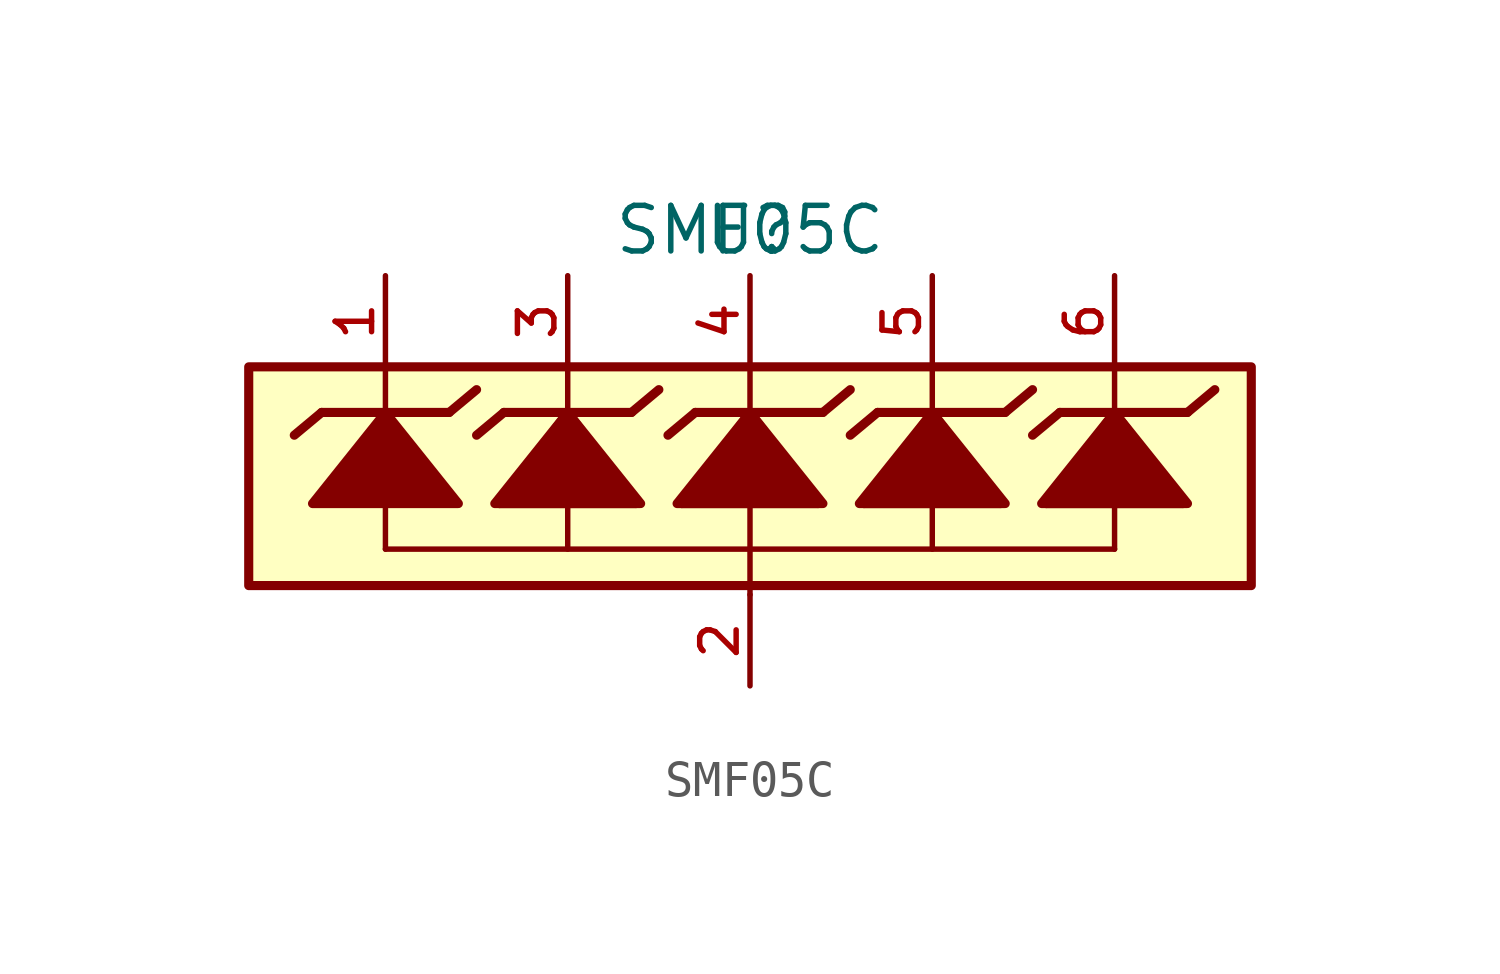
<source format=kicad_sym>
(kicad_symbol_lib
  (version 20231120)
  (generator "kicad_symbol_editor")
  (generator_version "8.0")
  (symbol "SMF05C"
    (property "Reference" "U"
      (at 0 1.27 0)
      (effects (font (size 1.27 1.27))))
    (property "Value" "SMF05C"
      (at 0 1.27 0)
      (effects (font (size 1.27 1.27))))
    (symbol "SMF05C_0_0"
      (rectangle (start -13.97 -2.54) (end 13.97 -8.636) (stroke (width 0.254) (type default)) (fill (type background)))
      (polyline (pts (xy -11.938 -3.81) (xy -12.7 -4.445)) (stroke (width 0.254) (type default)) (fill (type none)))
      (polyline (pts (xy -10.16 -6.35) (xy -10.16 -7.62)) (stroke (width 0.152) (type default)) (fill (type none)))
      (polyline (pts (xy -8.382 -3.81) (xy -7.62 -3.175)) (stroke (width 0.254) (type default)) (fill (type none)))
      (polyline (pts (xy -6.985 -6.35) (xy -3.175 -6.35)) (stroke (width 0.254) (type default)) (fill (type none)))
      (polyline (pts (xy -6.858 -3.81) (xy -7.62 -4.445)) (stroke (width 0.254) (type default)) (fill (type none)))
      (polyline (pts (xy -5.08 -6.35) (xy -5.08 -7.62)) (stroke (width 0.152) (type default)) (fill (type none)))
      (polyline (pts (xy -5.08 -3.81) (xy -6.985 -6.35)) (stroke (width 0.254) (type default)) (fill (type none)))
      (polyline (pts (xy -3.302 -3.81) (xy -2.54 -3.175)) (stroke (width 0.254) (type default)) (fill (type none)))
      (polyline (pts (xy -3.175 -6.35) (xy -5.08 -3.81)) (stroke (width 0.254) (type default)) (fill (type none)))
      (polyline (pts (xy -1.905 -6.35) (xy 1.905 -6.35)) (stroke (width 0.254) (type default)) (fill (type none)))
      (polyline (pts (xy -1.524 -3.81) (xy -2.286 -4.445)) (stroke (width 0.254) (type default)) (fill (type none)))
      (polyline (pts (xy 0 -6.35) (xy 0 -7.62)) (stroke (width 0.152) (type default)) (fill (type none)))
      (polyline (pts (xy 0 -3.81) (xy -1.905 -6.35)) (stroke (width 0.254) (type default)) (fill (type none)))
      (polyline (pts (xy 1.905 -6.35) (xy 0 -3.81)) (stroke (width 0.254) (type default)) (fill (type none)))
      (polyline (pts (xy 2.032 -3.81) (xy 2.794 -3.175)) (stroke (width 0.254) (type default)) (fill (type none)))
      (polyline (pts (xy 3.175 -6.35) (xy 6.985 -6.35)) (stroke (width 0.254) (type default)) (fill (type none)))
      (polyline (pts (xy 3.556 -3.81) (xy 2.794 -4.445)) (stroke (width 0.254) (type default)) (fill (type none)))
      (polyline (pts (xy 5.08 -6.35) (xy 5.08 -7.62)) (stroke (width 0.152) (type default)) (fill (type none)))
      (polyline (pts (xy 5.08 -3.81) (xy 3.175 -6.35)) (stroke (width 0.254) (type default)) (fill (type none)))
      (polyline (pts (xy 6.985 -6.35) (xy 5.08 -3.81)) (stroke (width 0.254) (type default)) (fill (type none)))
      (polyline (pts (xy 7.112 -3.81) (xy 7.874 -3.175)) (stroke (width 0.254) (type default)) (fill (type none)))
      (polyline (pts (xy 8.255 -6.35) (xy 12.065 -6.35)) (stroke (width 0.254) (type default)) (fill (type none)))
      (polyline (pts (xy 8.636 -3.81) (xy 7.874 -4.445)) (stroke (width 0.254) (type default)) (fill (type none)))
      (polyline (pts (xy 10.16 -6.35) (xy 10.16 -7.62)) (stroke (width 0.152) (type default)) (fill (type none)))
      (polyline (pts (xy 10.16 -3.81) (xy 8.255 -6.35)) (stroke (width 0.254) (type default)) (fill (type none)))
      (polyline (pts (xy 12.065 -6.35) (xy 10.16 -3.81)) (stroke (width 0.254) (type default)) (fill (type none)))
      (polyline (pts (xy 12.192 -3.81) (xy 12.954 -3.175)) (stroke (width 0.254) (type default)) (fill (type none)))
      (pin passive line (at -10.16 0 270) (length 2.54) (name "~" (effects (font (size 1.016 1.016)))) (number "1" (effects (font (size 1.016 1.016)))))
      (pin passive line (at 0 -11.43 90) (length 2.54) (name "~" (effects (font (size 1.016 1.016)))) (number "2" (effects (font (size 1.016 1.016)))))
      (pin passive line (at -5.08 0 270) (length 2.54) (name "~" (effects (font (size 1.016 1.016)))) (number "3" (effects (font (size 1.016 1.016)))))
      (pin passive line (at 0 0 270) (length 2.54) (name "~" (effects (font (size 1.016 1.016)))) (number "4" (effects (font (size 1.016 1.016)))))
      (pin passive line (at 5.08 0 270) (length 2.54) (name "~" (effects (font (size 1.016 1.016)))) (number "5" (effects (font (size 1.016 1.016)))))
      (pin passive line (at 10.16 0 270) (length 2.54) (name "~" (effects (font (size 1.016 1.016)))) (number "6" (effects (font (size 1.016 1.016))))))
    (symbol "SMF05C_1_1"
      (polyline (pts (xy -10.16 -3.81) (xy -10.16 -2.54)) (stroke (width 0) (type default)) (fill (type none)))
      (polyline (pts (xy -8.382 -3.81) (xy -11.938 -3.81)) (stroke (width 0.254) (type default)) (fill (type none)))
      (polyline (pts (xy -5.08 -3.81) (xy -5.08 -2.54)) (stroke (width 0) (type default)) (fill (type none)))
      (polyline (pts (xy -3.302 -3.81) (xy -6.858 -3.81)) (stroke (width 0.254) (type default)) (fill (type none)))
      (polyline (pts (xy 0 -8.89) (xy 0 -7.62)) (stroke (width 0) (type default)) (fill (type none)))
      (polyline (pts (xy 0 -3.81) (xy 0 -2.54)) (stroke (width 0) (type default)) (fill (type none)))
      (polyline (pts (xy 2.032 -3.81) (xy -1.524 -3.81)) (stroke (width 0.254) (type default)) (fill (type none)))
      (polyline (pts (xy 5.08 -3.81) (xy 5.08 -2.54)) (stroke (width 0) (type default)) (fill (type none)))
      (polyline (pts (xy 7.112 -3.81) (xy 3.556 -3.81)) (stroke (width 0.254) (type default)) (fill (type none)))
      (polyline (pts (xy 10.16 -7.62) (xy -10.16 -7.62)) (stroke (width 0) (type default)) (fill (type none)))
      (polyline (pts (xy 10.16 -3.81) (xy 10.16 -2.54)) (stroke (width 0) (type default)) (fill (type none)))
      (polyline (pts (xy 12.192 -3.81) (xy 8.636 -3.81)) (stroke (width 0.254) (type default)) (fill (type none)))
      (polyline (pts (xy -10.16 -3.81) (xy -12.192 -6.35) (xy -8.128 -6.35) (xy -10.16 -3.81)) (stroke (width 0.254) (type default)) (fill (type color) (color 132 0 0 1)))
      (polyline (pts (xy -5.08 -3.81) (xy -7.112 -6.35) (xy -3.048 -6.35) (xy -5.08 -3.81)) (stroke (width 0.254) (type default)) (fill (type color) (color 132 0 0 1)))
      (polyline (pts (xy 0 -3.81) (xy -2.032 -6.35) (xy 2.032 -6.35) (xy 0 -3.81)) (stroke (width 0.254) (type default)) (fill (type color) (color 132 0 0 1)))
      (polyline (pts (xy 5.08 -3.81) (xy 3.048 -6.35) (xy 7.112 -6.35) (xy 5.08 -3.81)) (stroke (width 0.254) (type default)) (fill (type color) (color 132 0 0 1)))
      (polyline (pts (xy 10.16 -3.81) (xy 8.128 -6.35) (xy 12.192 -6.35) (xy 10.16 -3.81)) (stroke (width 0.254) (type default)) (fill (type color) (color 132 0 0 1))))))
</source>
